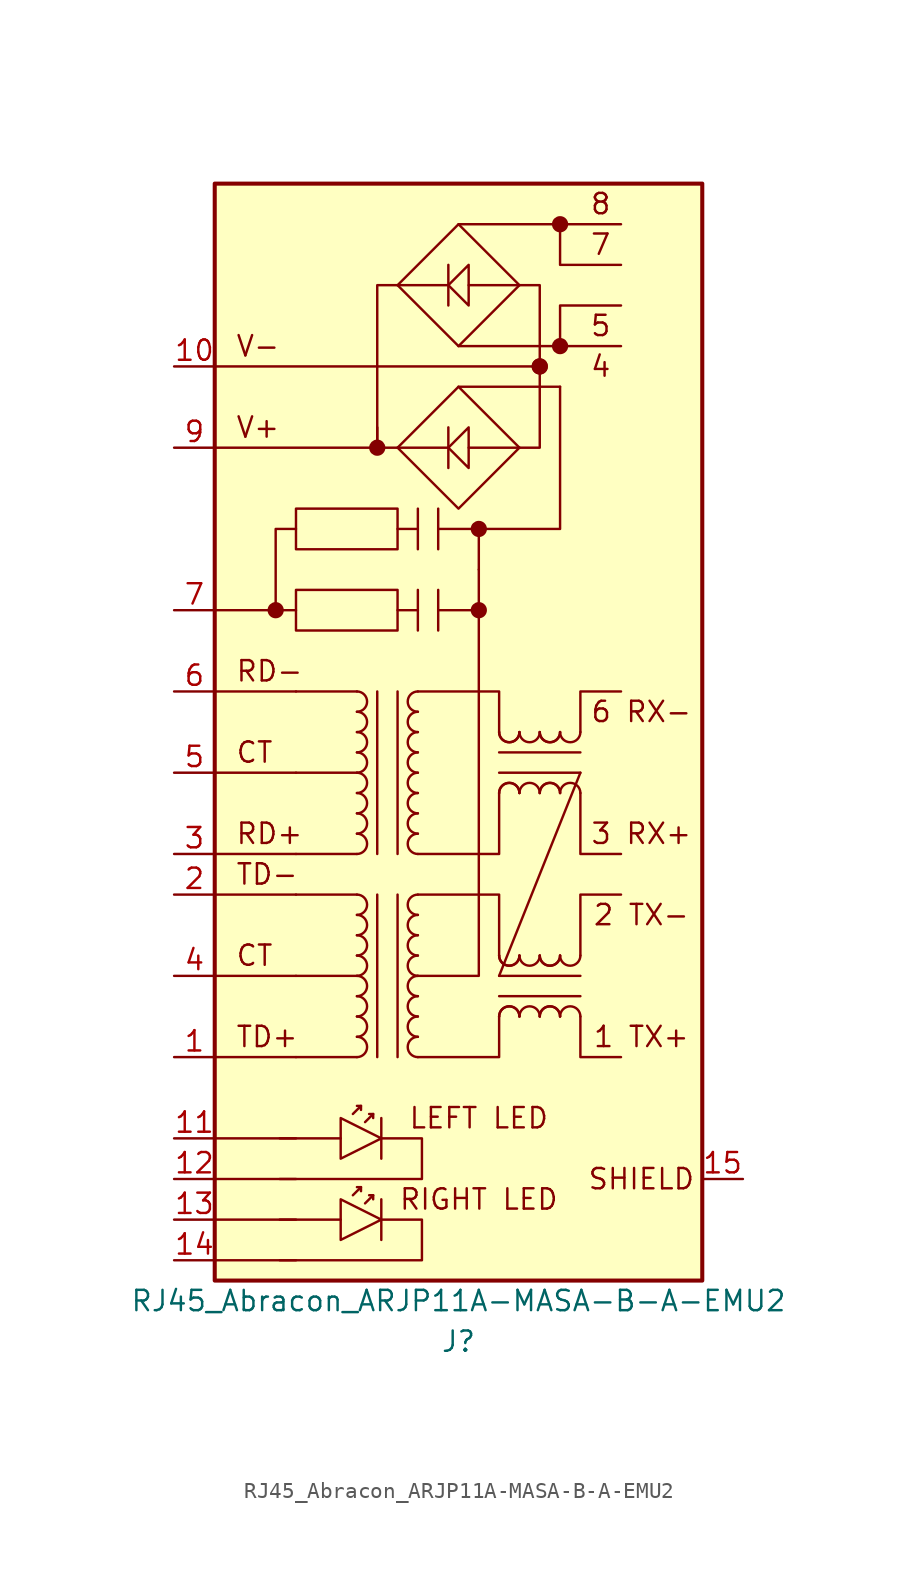
<source format=kicad_sym>
(kicad_symbol_lib
  (version 20210619)
  (generator kicad_symbol_editor)
  (symbol "Connector:RJ45_Abracon_ARJP11A-MASA-B-A-EMU2"
    (pin_names
      (offset 1.016) hide)
    (property "Reference" "J"
      (at 0 -38.1 0)
      (effects (font (size 1.27 1.27))))
    (property "Value" "RJ45_Abracon_ARJP11A-MASA-B-A-EMU2"
      (at 0 -35.56 0)
      (effects (font (size 1.27 1.27))))
    (symbol "RJ45_Abracon_ARJP11A-MASA-B-A-EMU2_0_0"
      (circle (center 1.27 7.62) (radius 0) (stroke (width 0.508)) (fill (type none)))
      (text "1 TX+" (at 11.43 -19.05 0) (effects (font (size 1.27 1.27))))
      (text "2 TX-" (at 11.43 -11.43 0) (effects (font (size 1.27 1.27))))
      (text "3 RX+" (at 11.43 -6.35 0) (effects (font (size 1.27 1.27))))
      (text "4" (at 8.89 22.86 0) (effects (font (size 1.27 1.27))))
      (text "5" (at 8.89 25.4 0) (effects (font (size 1.27 1.27))))
      (text "6 RX-" (at 11.43 1.27 0) (effects (font (size 1.27 1.27))))
      (text "7" (at 8.89 30.48 0) (effects (font (size 1.27 1.27))))
      (text "8" (at 8.89 33.02 0) (effects (font (size 1.27 1.27))))
      (text "CT" (at -13.97 -1.27 0) (effects (font (size 1.27 1.27)) (justify left)))
      (text "LEFT LED" (at 1.27 -24.13 0) (effects (font (size 1.27 1.27))))
      (text "RD-" (at -13.97 3.81 0) (effects (font (size 1.27 1.27)) (justify left)))
      (text "SHIELD" (at 11.43 -27.94 0) (effects (font (size 1.27 1.27))))
      (text "V+" (at -13.97 19.05 0) (effects (font (size 1.27 1.27)) (justify left)))
      (text "V-" (at -13.97 24.13 0) (effects (font (size 1.27 1.27)) (justify left)))
      (rectangle (start -3.81 8.89) (end -10.16 6.35) (stroke (width 0)) (fill (type none)))
      (rectangle (start -15.24 -34.29) (end 15.24 34.29) (stroke (width 0.254)) (fill (type background)))
      (polyline (pts (xy -15.24 -33.02) (xy -10.16 -33.02)) (stroke (width 0)) (fill (type none)))
      (polyline (pts (xy -15.24 -30.48) (xy -10.16 -30.48)) (stroke (width 0)) (fill (type none)))
      (polyline (pts (xy -15.24 -27.94) (xy -10.16 -27.94)) (stroke (width 0)) (fill (type none)))
      (polyline (pts (xy -15.24 -25.4) (xy -10.16 -25.4)) (stroke (width 0)) (fill (type none)))
      (polyline (pts (xy -15.24 -20.32) (xy -10.16 -20.32)) (stroke (width 0)) (fill (type none)))
      (polyline (pts (xy -15.24 -15.24) (xy -10.16 -15.24)) (stroke (width 0)) (fill (type none)))
      (polyline (pts (xy -15.24 -10.16) (xy -10.16 -10.16)) (stroke (width 0)) (fill (type none)))
      (polyline (pts (xy -15.24 -7.62) (xy -10.16 -7.62)) (stroke (width 0)) (fill (type none)))
      (polyline (pts (xy -15.24 -2.54) (xy -10.16 -2.54)) (stroke (width 0)) (fill (type none)))
      (polyline (pts (xy -15.24 2.54) (xy -10.16 2.54)) (stroke (width 0)) (fill (type none)))
      (polyline (pts (xy -15.24 22.86) (xy 5.08 22.86)) (stroke (width 0)) (fill (type none)))
      (polyline (pts (xy -11.43 7.62) (xy -15.24 7.62)) (stroke (width 0)) (fill (type none)))
      (polyline (pts (xy -11.176 -25.4) (xy -7.366 -25.4)) (stroke (width 0)) (fill (type none)))
      (polyline (pts (xy -10.16 7.62) (xy -11.43 7.62)) (stroke (width 0)) (fill (type none)))
      (polyline (pts (xy -5.08 17.78) (xy -15.24 17.78)) (stroke (width 0)) (fill (type none)))
      (polyline (pts (xy -5.08 17.78) (xy -3.81 17.78)) (stroke (width 0)) (fill (type none)))
      (polyline (pts (xy -5.08 19.05) (xy -5.08 17.78)) (stroke (width 0)) (fill (type none)))
      (polyline (pts (xy -3.81 7.62) (xy -2.54 7.62)) (stroke (width 0)) (fill (type none)))
      (polyline (pts (xy -3.81 12.7) (xy -2.54 12.7)) (stroke (width 0)) (fill (type none)))
      (polyline (pts (xy -2.54 8.89) (xy -2.54 6.35)) (stroke (width 0)) (fill (type none)))
      (polyline (pts (xy -1.27 8.89) (xy -1.27 6.35)) (stroke (width 0)) (fill (type none)))
      (polyline (pts (xy -1.27 13.97) (xy -1.27 11.43)) (stroke (width 0)) (fill (type none)))
      (polyline (pts (xy 0 21.59) (xy 6.35 21.59)) (stroke (width 0)) (fill (type none)))
      (polyline (pts (xy 0 24.13) (xy 10.16 24.13)) (stroke (width 0)) (fill (type none)))
      (polyline (pts (xy 0 31.75) (xy 10.16 31.75)) (stroke (width 0)) (fill (type none)))
      (polyline (pts (xy 1.27 10.16) (xy 1.27 12.7)) (stroke (width 0)) (fill (type none)))
      (polyline (pts (xy -10.16 12.7) (xy -11.43 12.7) (xy -11.43 7.62)) (stroke (width 0)) (fill (type none)))
      (polyline (pts (xy -3.81 27.94) (xy -5.08 27.94) (xy -5.08 17.78)) (stroke (width 0)) (fill (type none)))
      (polyline (pts (xy -1.27 12.7) (xy 0 12.7) (xy 1.27 12.7)) (stroke (width 0)) (fill (type none)))
      (polyline (pts (xy 1.27 12.7) (xy 6.35 12.7) (xy 6.35 21.59)) (stroke (width 0)) (fill (type none)))
      (polyline (pts (xy 6.35 24.13) (xy 6.35 26.67) (xy 10.16 26.67)) (stroke (width 0)) (fill (type none)))
      (polyline (pts (xy 6.35 31.75) (xy 6.35 29.21) (xy 10.16 29.21)) (stroke (width 0)) (fill (type none)))
      (polyline (pts (xy -4.826 -25.4) (xy -2.286 -25.4) (xy -2.286 -27.94) (xy -11.176 -27.94)) (stroke (width 0)) (fill (type none)))
      (polyline (pts (xy -2.54 -15.24) (xy -1.27 -15.24) (xy 1.27 -15.24) (xy 1.27 10.16)) (stroke (width 0)) (fill (type none)))
      (polyline (pts (xy 3.81 17.78) (xy 5.08 17.78) (xy 5.08 27.94) (xy 3.81 27.94)) (stroke (width 0)) (fill (type none)))
      (polyline (pts (xy -3.81 17.78) (xy 0 13.97) (xy 3.81 17.78) (xy 0 21.59) (xy -3.81 17.78)) (stroke (width 0)) (fill (type none))))
    (symbol "RJ45_Abracon_ARJP11A-MASA-B-A-EMU2_0_1"
      (arc (start -6.35 -16.51) (end -6.35 -15.24) (radius (at -6.35 -15.875) (length 0.635) (angles -89.9 89.9)) (stroke (width 0)) (fill (type none)))
      (arc (start -6.35 -13.97) (end -6.35 -13.97) (radius (at -6.35 -15.24) (length 1.27) (angles 90 90)) (stroke (width 0)) (fill (type none)))
      (arc (start -6.35 -15.24) (end -6.35 -13.97) (radius (at -6.35 -14.605) (length 0.635) (angles -89.9 89.9)) (stroke (width 0)) (fill (type none)))
      (arc (start -6.35 -11.43) (end -6.35 -10.16) (radius (at -6.35 -10.795) (length 0.635) (angles -89.9 89.9)) (stroke (width 0)) (fill (type none)))
      (polyline (pts (xy -6.35 -20.32) (xy -10.16 -20.32)) (stroke (width 0)) (fill (type none)))
      (polyline (pts (xy -6.35 -15.24) (xy -10.16 -15.24)) (stroke (width 0)) (fill (type none)))
      (polyline (pts (xy -6.35 -10.16) (xy -10.16 -10.16)) (stroke (width 0)) (fill (type none)))
      (polyline (pts (xy -6.35 -7.62) (xy -10.16 -7.62)) (stroke (width 0)) (fill (type none)))
      (polyline (pts (xy -6.35 -2.54) (xy -10.16 -2.54)) (stroke (width 0)) (fill (type none)))
      (polyline (pts (xy -6.35 2.54) (xy -10.16 2.54)) (stroke (width 0)) (fill (type none)))
      (polyline (pts (xy -6.096 -28.448) (xy -6.35 -28.448)) (stroke (width 0)) (fill (type none)))
      (polyline (pts (xy -5.334 -28.956) (xy -5.588 -28.956)) (stroke (width 0)) (fill (type none)))
      (polyline (pts (xy -4.826 -24.13) (xy -4.826 -26.67)) (stroke (width 0)) (fill (type none)))
      (polyline (pts (xy -1.27 7.62) (xy 1.27 7.62)) (stroke (width 0)) (fill (type none)))
      (polyline (pts (xy -0.635 17.78) (xy -3.81 17.78)) (stroke (width 0)) (fill (type none)))
      (polyline (pts (xy -0.635 19.05) (xy -0.635 16.51)) (stroke (width 0)) (fill (type none)))
      (polyline (pts (xy 0.635 17.78) (xy 3.81 17.78)) (stroke (width 0)) (fill (type none)))
      (polyline (pts (xy -6.604 -28.956) (xy -6.096 -28.448) (xy -6.096 -28.702)) (stroke (width 0)) (fill (type none)))
      (polyline (pts (xy -5.842 -29.464) (xy -5.334 -28.956) (xy -5.334 -29.21)) (stroke (width 0)) (fill (type none)))
      (polyline (pts (xy -7.366 -24.13) (xy -7.366 -26.67) (xy -4.826 -25.4) (xy -7.366 -24.13)) (stroke (width 0)) (fill (type none)))
      (polyline (pts (xy 0.635 19.05) (xy 0.635 16.51) (xy -0.635 17.78) (xy 0.635 19.05)) (stroke (width 0)) (fill (type none))))
    (symbol "RJ45_Abracon_ARJP11A-MASA-B-A-EMU2_1_1"
      (arc (start -6.35 -20.32) (end -6.35 -19.05) (radius (at -6.35 -19.685) (length 0.635) (angles -89.9 89.9)) (stroke (width 0)) (fill (type none)))
      (arc (start -6.35 -17.78) (end -6.35 -17.78) (radius (at -6.35 -19.05) (length 1.27) (angles 90 90)) (stroke (width 0)) (fill (type none)))
      (arc (start -6.35 -19.05) (end -6.35 -17.78) (radius (at -6.35 -18.415) (length 0.635) (angles -89.9 89.9)) (stroke (width 0)) (fill (type none)))
      (arc (start -6.35 -17.78) (end -6.35 -16.51) (radius (at -6.35 -17.145) (length 0.635) (angles -89.9 89.9)) (stroke (width 0)) (fill (type none)))
      (arc (start -6.35 -13.97) (end -6.35 -12.7) (radius (at -6.35 -13.335) (length 0.635) (angles -89.9 89.9)) (stroke (width 0)) (fill (type none)))
      (arc (start -6.35 -12.7) (end -6.35 -11.43) (radius (at -6.35 -12.065) (length 0.635) (angles -89.9 89.9)) (stroke (width 0)) (fill (type none)))
      (arc (start -6.35 -7.62) (end -6.35 -6.35) (radius (at -6.35 -6.985) (length 0.635) (angles -89.9 89.9)) (stroke (width 0)) (fill (type none)))
      (arc (start -6.35 -5.08) (end -6.35 -5.08) (radius (at -6.35 -6.35) (length 1.27) (angles 90 90)) (stroke (width 0)) (fill (type none)))
      (arc (start -6.35 -6.35) (end -6.35 -5.08) (radius (at -6.35 -5.715) (length 0.635) (angles -89.9 89.9)) (stroke (width 0)) (fill (type none)))
      (arc (start -6.35 -3.81) (end -6.35 -3.81) (radius (at -6.35 -5.08) (length 1.27) (angles 90 90)) (stroke (width 0)) (fill (type none)))
      (arc (start -6.35 -5.08) (end -6.35 -3.81) (radius (at -6.35 -4.445) (length 0.635) (angles -89.9 89.9)) (stroke (width 0)) (fill (type none)))
      (arc (start -6.35 -3.81) (end -6.35 -2.54) (radius (at -6.35 -3.175) (length 0.635) (angles -89.9 89.9)) (stroke (width 0)) (fill (type none)))
      (arc (start -6.35 -2.54) (end -6.35 -1.27) (radius (at -6.35 -1.905) (length 0.635) (angles -89.9 89.9)) (stroke (width 0)) (fill (type none)))
      (arc (start -6.35 -1.27) (end -6.35 0) (radius (at -6.35 -0.635) (length 0.635) (angles -89.9 89.9)) (stroke (width 0)) (fill (type none)))
      (arc (start -6.35 1.27) (end -6.35 1.27) (radius (at -6.35 0) (length 1.27) (angles 90 90)) (stroke (width 0)) (fill (type none)))
      (arc (start -6.35 0) (end -6.35 1.27) (radius (at -6.35 0.635) (length 0.635) (angles -89.9 89.9)) (stroke (width 0)) (fill (type none)))
      (arc (start -6.35 1.27) (end -6.35 2.54) (radius (at -6.35 1.905) (length 0.635) (angles -89.9 89.9)) (stroke (width 0)) (fill (type none)))
      (arc (start -2.54 -19.05) (end -2.54 -20.32) (radius (at -2.54 -19.685) (length 0.635) (angles 90.1 -90.1)) (stroke (width 0)) (fill (type none)))
      (arc (start -2.54 -17.78) (end -2.54 -19.05) (radius (at -2.54 -18.415) (length 0.635) (angles 90.1 -90.1)) (stroke (width 0)) (fill (type none)))
      (arc (start -2.54 -19.05) (end -2.54 -19.05) (radius (at -2.54 -17.78) (length 1.27) (angles -90 -90)) (stroke (width 0)) (fill (type none)))
      (arc (start -2.54 -16.51) (end -2.54 -17.78) (radius (at -2.54 -17.145) (length 0.635) (angles 90.1 -90.1)) (stroke (width 0)) (fill (type none)))
      (arc (start -2.54 -15.24) (end -2.54 -16.51) (radius (at -2.54 -15.875) (length 0.635) (angles 90.1 -90.1)) (stroke (width 0)) (fill (type none)))
      (arc (start -2.54 -13.97) (end -2.54 -15.24) (radius (at -2.54 -14.605) (length 0.635) (angles 90.1 -90.1)) (stroke (width 0)) (fill (type none)))
      (arc (start -2.54 -15.24) (end -2.54 -15.24) (radius (at -2.54 -13.97) (length 1.27) (angles -90 -90)) (stroke (width 0)) (fill (type none)))
      (arc (start -2.54 -12.7) (end -2.54 -13.97) (radius (at -2.54 -13.335) (length 0.635) (angles 90.1 -90.1)) (stroke (width 0)) (fill (type none)))
      (arc (start -2.54 -11.43) (end -2.54 -12.7) (radius (at -2.54 -12.065) (length 0.635) (angles 90.1 -90.1)) (stroke (width 0)) (fill (type none)))
      (arc (start -2.54 -10.16) (end -2.54 -11.43) (radius (at -2.54 -10.795) (length 0.635) (angles 90.1 -90.1)) (stroke (width 0)) (fill (type none)))
      (arc (start -2.54 -6.35) (end -2.54 -7.62) (radius (at -2.54 -6.985) (length 0.635) (angles 90.1 -90.1)) (stroke (width 0)) (fill (type none)))
      (arc (start -2.54 -5.08) (end -2.54 -6.35) (radius (at -2.54 -5.715) (length 0.635) (angles 90.1 -90.1)) (stroke (width 0)) (fill (type none)))
      (arc (start -2.54 -6.35) (end -2.54 -6.35) (radius (at -2.54 -5.08) (length 1.27) (angles -90 -90)) (stroke (width 0)) (fill (type none)))
      (arc (start -2.54 -3.81) (end -2.54 -5.08) (radius (at -2.54 -4.445) (length 0.635) (angles 90.1 -90.1)) (stroke (width 0)) (fill (type none)))
      (arc (start -2.54 -2.54) (end -2.54 -3.81) (radius (at -2.54 -3.175) (length 0.635) (angles 90.1 -90.1)) (stroke (width 0)) (fill (type none)))
      (arc (start -2.54 -3.81) (end -2.54 -3.81) (radius (at -2.54 -2.54) (length 1.27) (angles -90 -90)) (stroke (width 0)) (fill (type none)))
      (arc (start -2.54 -1.27) (end -2.54 -2.54) (radius (at -2.54 -1.905) (length 0.635) (angles 90.1 -90.1)) (stroke (width 0)) (fill (type none)))
      (arc (start -2.54 0) (end -2.54 -1.27) (radius (at -2.54 -0.635) (length 0.635) (angles 90.1 -90.1)) (stroke (width 0)) (fill (type none)))
      (arc (start -2.54 1.27) (end -2.54 0) (radius (at -2.54 0.635) (length 0.635) (angles 90.1 -90.1)) (stroke (width 0)) (fill (type none)))
      (arc (start -2.54 0) (end -2.54 0) (radius (at -2.54 1.27) (length 1.27) (angles -90 -90)) (stroke (width 0)) (fill (type none)))
      (arc (start -2.54 2.54) (end -2.54 1.27) (radius (at -2.54 1.905) (length 0.635) (angles 90.1 -90.1)) (stroke (width 0)) (fill (type none)))
      (arc (start 3.81 -13.97) (end 3.81 -13.97) (radius (at 2.54 -13.97) (length 1.27) (angles 0 0)) (stroke (width 0)) (fill (type none)))
      (arc (start 3.81 0) (end 3.81 0) (radius (at 2.54 0) (length 1.27) (angles 0 0)) (stroke (width 0)) (fill (type none)))
      (arc (start 3.81 -17.78) (end 2.54 -17.78) (radius (at 3.175 -17.78) (length 0.635) (angles 0.1 179.9)) (stroke (width 0)) (fill (type none)))
      (arc (start 3.81 -17.78) (end 2.54 -17.78) (radius (at 3.175 -17.78) (length 0.635) (angles 0.1 179.9)) (stroke (width 0)) (fill (type none)))
      (arc (start 2.54 -13.97) (end 3.81 -13.97) (radius (at 3.175 -13.97) (length 0.635) (angles -179.9 -0.1)) (stroke (width 0)) (fill (type none)))
      (arc (start 2.54 -13.97) (end 3.81 -13.97) (radius (at 3.175 -13.97) (length 0.635) (angles -179.9 -0.1)) (stroke (width 0)) (fill (type none)))
      (arc (start 3.81 -3.81) (end 2.54 -3.81) (radius (at 3.175 -3.81) (length 0.635) (angles 0.1 179.9)) (stroke (width 0)) (fill (type none)))
      (arc (start 3.81 -3.81) (end 2.54 -3.81) (radius (at 3.175 -3.81) (length 0.635) (angles 0.1 179.9)) (stroke (width 0)) (fill (type none)))
      (arc (start 2.54 0) (end 3.81 0) (radius (at 3.175 0) (length 0.635) (angles -179.9 -0.1)) (stroke (width 0)) (fill (type none)))
      (arc (start 2.54 0) (end 3.81 0) (radius (at 3.175 0) (length 0.635) (angles -179.9 -0.1)) (stroke (width 0)) (fill (type none)))
      (arc (start 2.54 -17.78) (end 2.54 -17.78) (radius (at 3.81 -17.78) (length 1.27) (angles 180 180)) (stroke (width 0)) (fill (type none)))
      (arc (start 2.54 -3.81) (end 2.54 -3.81) (radius (at 3.81 -3.81) (length 1.27) (angles 180 180)) (stroke (width 0)) (fill (type none)))
      (arc (start 5.08 -17.78) (end 3.81 -17.78) (radius (at 4.445 -17.78) (length 0.635) (angles 0.1 179.9)) (stroke (width 0)) (fill (type none)))
      (arc (start 3.81 -13.97) (end 5.08 -13.97) (radius (at 4.445 -13.97) (length 0.635) (angles -179.9 -0.1)) (stroke (width 0)) (fill (type none)))
      (arc (start 5.08 -3.81) (end 3.81 -3.81) (radius (at 4.445 -3.81) (length 0.635) (angles 0.1 179.9)) (stroke (width 0)) (fill (type none)))
      (arc (start 3.81 0) (end 5.08 0) (radius (at 4.445 0) (length 0.635) (angles -179.9 -0.1)) (stroke (width 0)) (fill (type none)))
      (arc (start 6.35 -13.97) (end 6.35 -13.97) (radius (at 5.08 -13.97) (length 1.27) (angles 0 0)) (stroke (width 0)) (fill (type none)))
      (arc (start 6.35 0) (end 6.35 0) (radius (at 5.08 0) (length 1.27) (angles 0 0)) (stroke (width 0)) (fill (type none)))
      (arc (start 6.35 -17.78) (end 5.08 -17.78) (radius (at 5.715 -17.78) (length 0.635) (angles 0.1 179.9)) (stroke (width 0)) (fill (type none)))
      (arc (start 6.35 -17.78) (end 5.08 -17.78) (radius (at 5.715 -17.78) (length 0.635) (angles 0.1 179.9)) (stroke (width 0)) (fill (type none)))
      (arc (start 5.08 -13.97) (end 6.35 -13.97) (radius (at 5.715 -13.97) (length 0.635) (angles -179.9 -0.1)) (stroke (width 0)) (fill (type none)))
      (arc (start 5.08 -13.97) (end 6.35 -13.97) (radius (at 5.715 -13.97) (length 0.635) (angles -179.9 -0.1)) (stroke (width 0)) (fill (type none)))
      (arc (start 6.35 -3.81) (end 5.08 -3.81) (radius (at 5.715 -3.81) (length 0.635) (angles 0.1 179.9)) (stroke (width 0)) (fill (type none)))
      (arc (start 6.35 -3.81) (end 5.08 -3.81) (radius (at 5.715 -3.81) (length 0.635) (angles 0.1 179.9)) (stroke (width 0)) (fill (type none)))
      (arc (start 5.08 0) (end 6.35 0) (radius (at 5.715 0) (length 0.635) (angles -179.9 -0.1)) (stroke (width 0)) (fill (type none)))
      (arc (start 5.08 0) (end 6.35 0) (radius (at 5.715 0) (length 0.635) (angles -179.9 -0.1)) (stroke (width 0)) (fill (type none)))
      (arc (start 5.08 -17.78) (end 5.08 -17.78) (radius (at 6.35 -17.78) (length 1.27) (angles 180 180)) (stroke (width 0)) (fill (type none)))
      (arc (start 5.08 -3.81) (end 5.08 -3.81) (radius (at 6.35 -3.81) (length 1.27) (angles 180 180)) (stroke (width 0)) (fill (type none)))
      (arc (start 7.62 -17.78) (end 6.35 -17.78) (radius (at 6.985 -17.78) (length 0.635) (angles 0.1 179.9)) (stroke (width 0)) (fill (type none)))
      (arc (start 6.35 -13.97) (end 7.62 -13.97) (radius (at 6.985 -13.97) (length 0.635) (angles -179.9 -0.1)) (stroke (width 0)) (fill (type none)))
      (arc (start 7.62 -3.81) (end 6.35 -3.81) (radius (at 6.985 -3.81) (length 0.635) (angles 0.1 179.9)) (stroke (width 0)) (fill (type none)))
      (arc (start 6.35 0) (end 7.62 0) (radius (at 6.985 0) (length 0.635) (angles -179.9 -0.1)) (stroke (width 0)) (fill (type none)))
      (circle (center -11.43 7.62) (radius 0) (stroke (width 0.508)) (fill (type none)))
      (circle (center -5.08 17.78) (radius 0) (stroke (width 0.508)) (fill (type none)))
      (circle (center 1.27 12.7) (radius 0) (stroke (width 0.508)) (fill (type none)))
      (circle (center 5.08 22.86) (radius 0) (stroke (width 0.508)) (fill (type none)))
      (circle (center 5.08 22.86) (radius 0) (stroke (width 0.508)) (fill (type none)))
      (circle (center 6.35 24.13) (radius 0) (stroke (width 0.508)) (fill (type none)))
      (circle (center 6.35 31.75) (radius 0) (stroke (width 0.508)) (fill (type none)))
      (text "CT" (at -13.97 -13.97 0) (effects (font (size 1.27 1.27)) (justify left)))
      (text "RD+" (at -13.97 -6.35 0) (effects (font (size 1.27 1.27)) (justify left)))
      (text "RIGHT LED" (at 1.27 -29.21 0) (effects (font (size 1.27 1.27))))
      (text "TD+" (at -13.97 -19.05 0) (effects (font (size 1.27 1.27)) (justify left)))
      (text "TD-" (at -13.97 -8.89 0) (effects (font (size 1.27 1.27)) (justify left)))
      (rectangle (start -3.81 13.97) (end -10.16 11.43) (stroke (width 0)) (fill (type none)))
      (polyline (pts (xy -11.176 -30.48) (xy -7.366 -30.48)) (stroke (width 0)) (fill (type none)))
      (polyline (pts (xy -6.096 -23.368) (xy -6.35 -23.368)) (stroke (width 0)) (fill (type none)))
      (polyline (pts (xy -5.334 -23.876) (xy -5.588 -23.876)) (stroke (width 0)) (fill (type none)))
      (polyline (pts (xy -5.08 -10.16) (xy -5.08 -20.32)) (stroke (width 0)) (fill (type none)))
      (polyline (pts (xy -5.08 2.54) (xy -5.08 -7.62)) (stroke (width 0)) (fill (type none)))
      (polyline (pts (xy -4.826 -29.21) (xy -4.826 -31.75)) (stroke (width 0)) (fill (type none)))
      (polyline (pts (xy -3.81 -20.32) (xy -3.81 -10.16)) (stroke (width 0)) (fill (type none)))
      (polyline (pts (xy -3.81 -7.62) (xy -3.81 2.54)) (stroke (width 0)) (fill (type none)))
      (polyline (pts (xy -2.54 13.97) (xy -2.54 11.43)) (stroke (width 0)) (fill (type none)))
      (polyline (pts (xy -0.635 27.94) (xy -3.81 27.94)) (stroke (width 0)) (fill (type none)))
      (polyline (pts (xy -0.635 29.21) (xy -0.635 26.67)) (stroke (width 0)) (fill (type none)))
      (polyline (pts (xy 0.635 27.94) (xy 3.81 27.94)) (stroke (width 0)) (fill (type none)))
      (polyline (pts (xy 2.54 -16.51) (xy 7.62 -16.51)) (stroke (width 0)) (fill (type none)))
      (polyline (pts (xy 2.54 -15.24) (xy 7.62 -2.54)) (stroke (width 0)) (fill (type none)))
      (polyline (pts (xy 2.54 -2.54) (xy 7.62 -2.54)) (stroke (width 0)) (fill (type none)))
      (polyline (pts (xy 7.62 -15.24) (xy 2.54 -15.24)) (stroke (width 0)) (fill (type none)))
      (polyline (pts (xy 7.62 -1.27) (xy 2.54 -1.27)) (stroke (width 0)) (fill (type none)))
      (polyline (pts (xy -6.604 -23.876) (xy -6.096 -23.368) (xy -6.096 -23.622)) (stroke (width 0)) (fill (type none)))
      (polyline (pts (xy -5.842 -24.384) (xy -5.334 -23.876) (xy -5.334 -24.13)) (stroke (width 0)) (fill (type none)))
      (polyline (pts (xy -2.54 -10.16) (xy 2.54 -10.16) (xy 2.54 -13.97)) (stroke (width 0)) (fill (type none)))
      (polyline (pts (xy -2.54 -7.62) (xy 2.54 -7.62) (xy 2.54 -3.81)) (stroke (width 0)) (fill (type none)))
      (polyline (pts (xy -2.54 2.54) (xy 2.54 2.54) (xy 2.54 0)) (stroke (width 0)) (fill (type none)))
      (polyline (pts (xy 2.54 -17.78) (xy 2.54 -20.32) (xy -2.54 -20.32)) (stroke (width 0)) (fill (type none)))
      (polyline (pts (xy 7.62 -17.78) (xy 7.62 -20.32) (xy 10.16 -20.32)) (stroke (width 0)) (fill (type none)))
      (polyline (pts (xy 7.62 -13.97) (xy 7.62 -10.16) (xy 10.16 -10.16)) (stroke (width 0)) (fill (type none)))
      (polyline (pts (xy 7.62 -3.81) (xy 7.62 -7.62) (xy 10.16 -7.62)) (stroke (width 0)) (fill (type none)))
      (polyline (pts (xy 7.62 0) (xy 7.62 2.54) (xy 10.16 2.54)) (stroke (width 0)) (fill (type none)))
      (polyline (pts (xy -7.366 -29.21) (xy -7.366 -31.75) (xy -4.826 -30.48) (xy -7.366 -29.21)) (stroke (width 0)) (fill (type none)))
      (polyline (pts (xy -4.826 -30.48) (xy -2.286 -30.48) (xy -2.286 -33.02) (xy -11.176 -33.02)) (stroke (width 0)) (fill (type none)))
      (polyline (pts (xy 0.635 29.21) (xy 0.635 26.67) (xy -0.635 27.94) (xy 0.635 29.21)) (stroke (width 0)) (fill (type none)))
      (polyline (pts (xy -3.81 27.94) (xy 0 24.13) (xy 3.81 27.94) (xy 0 31.75) (xy -3.81 27.94)) (stroke (width 0)) (fill (type none)))
      (pin passive line (at -17.78 -20.32 0) (length 2.54) (name "TD+" (effects (font (size 1.27 1.27)))) (number "1" (effects (font (size 1.27 1.27)))))
      (pin power_out line (at -17.78 22.86 0) (length 2.54) (name "V-" (effects (font (size 1.27 1.27)))) (number "10" (effects (font (size 1.27 1.27)))))
      (pin passive line (at -17.78 -25.4 0) (length 2.54) (name "LLED+" (effects (font (size 1.27 1.27)))) (number "11" (effects (font (size 1.27 1.27)))))
      (pin passive line (at -17.78 -27.94 0) (length 2.54) (name "LLED-" (effects (font (size 1.27 1.27)))) (number "12" (effects (font (size 1.27 1.27)))))
      (pin passive line (at -17.78 -30.48 0) (length 2.54) (name "RLED+" (effects (font (size 1.27 1.27)))) (number "13" (effects (font (size 1.27 1.27)))))
      (pin passive line (at -17.78 -33.02 0) (length 2.54) (name "RLED-" (effects (font (size 1.27 1.27)))) (number "14" (effects (font (size 1.27 1.27)))))
      (pin passive line (at 17.78 -27.94 180) (length 2.54) (name "SHIELD" (effects (font (size 1.27 1.27)))) (number "15" (effects (font (size 1.27 1.27)))))
      (pin passive line (at -17.78 -10.16 0) (length 2.54) (name "TD-" (effects (font (size 1.27 1.27)))) (number "2" (effects (font (size 1.27 1.27)))))
      (pin passive line (at -17.78 -7.62 0) (length 2.54) (name "RD+" (effects (font (size 1.27 1.27)))) (number "3" (effects (font (size 1.27 1.27)))))
      (pin passive line (at -17.78 -15.24 0) (length 2.54) (name "CT" (effects (font (size 1.27 1.27)))) (number "4" (effects (font (size 1.27 1.27)))))
      (pin passive line (at -17.78 -2.54 0) (length 2.54) (name "CT" (effects (font (size 1.27 1.27)))) (number "5" (effects (font (size 1.27 1.27)))))
      (pin passive line (at -17.78 2.54 0) (length 2.54) (name "RD-" (effects (font (size 1.27 1.27)))) (number "6" (effects (font (size 1.27 1.27)))))
      (pin passive line (at -17.78 7.62 0) (length 2.54) (name "7" (effects (font (size 1.27 1.27)))) (number "7" (effects (font (size 1.27 1.27)))))
      (pin power_out line (at -17.78 17.78 0) (length 2.54) (name "V+" (effects (font (size 1.27 1.27)))) (number "9" (effects (font (size 1.27 1.27))))))))
</source>
